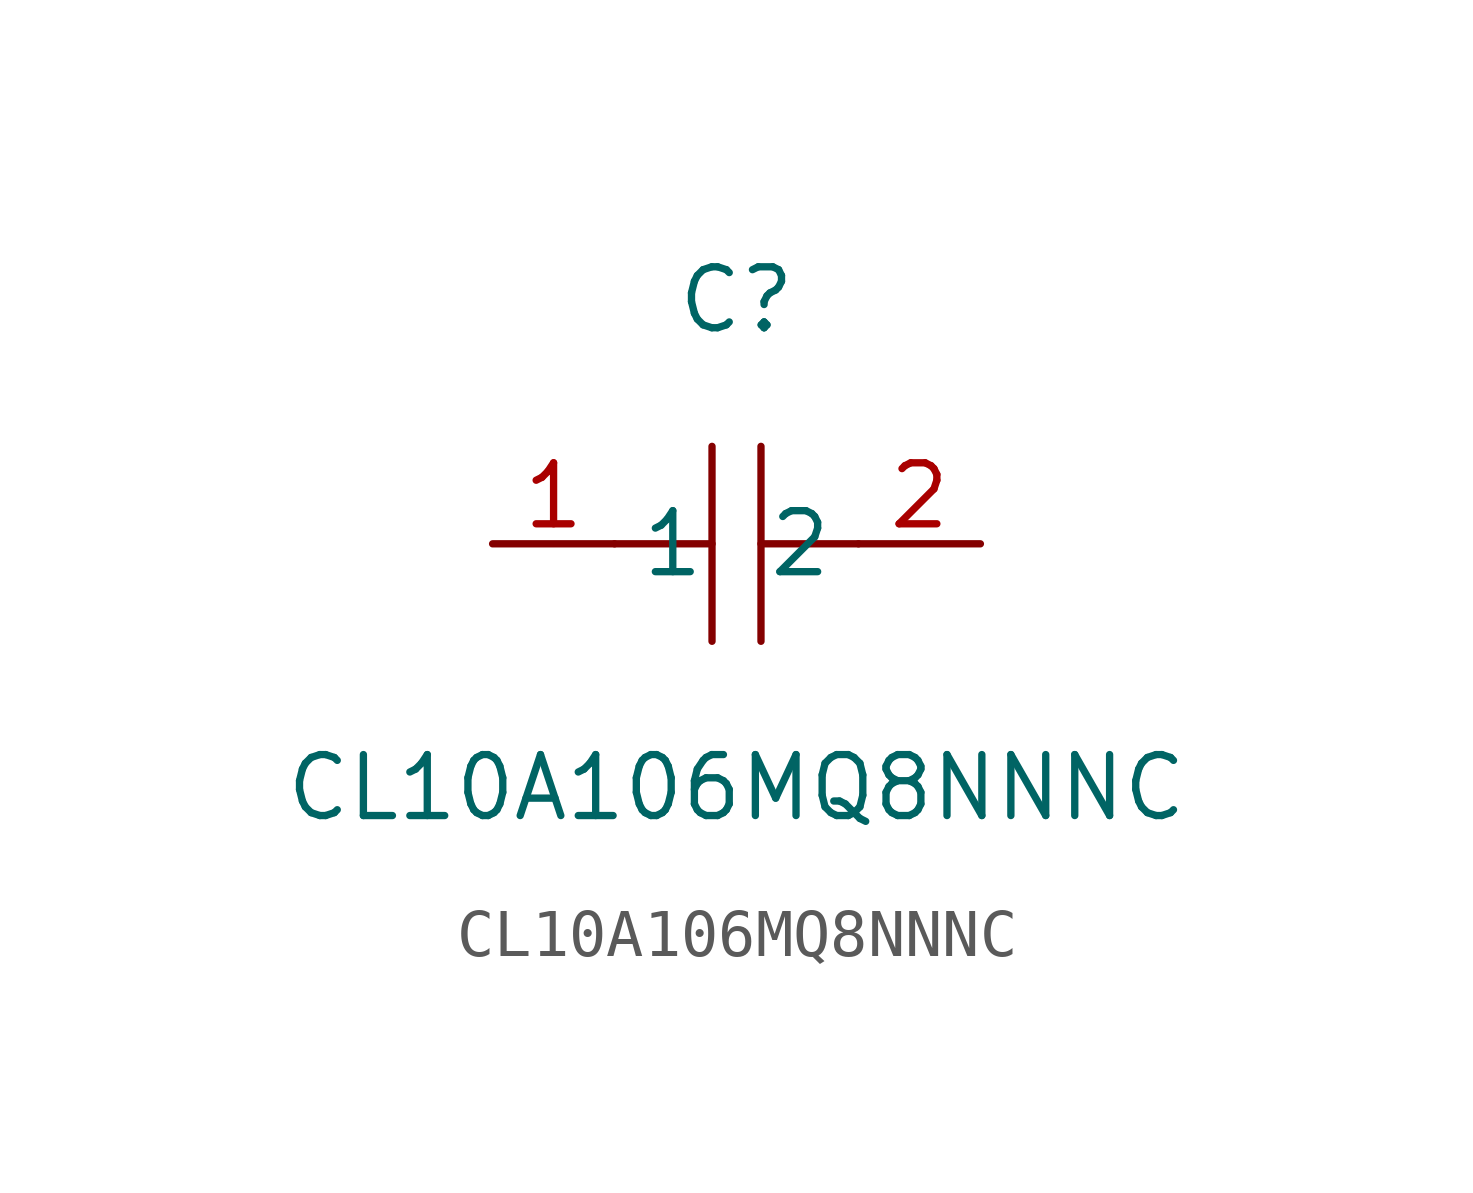
<source format=kicad_sym>
(kicad_symbol_lib
  (version 20211014)
  (generator https://github.com/uPesy/easyeda2kicad.py)
  (symbol "CL10A106MQ8NNNC"
    (property "Reference" "C"
      (at 0 5.08 0)
      (effects (font (size 1.27 1.27))))
    (property "Value" "CL10A106MQ8NNNC"
      (at 0 -5.08 0)
      (effects (font (size 1.27 1.27))))
    (symbol "CL10A106MQ8NNNC_0_1"
      (polyline (pts (xy -0.51 -2.03) (xy -0.51 2.03)) (stroke (width 0) (type default) (color 0 0 0 0)) (fill (type none)))
      (polyline (pts (xy 2.54 -0.00) (xy 0.51 -0.00)) (stroke (width 0) (type default) (color 0 0 0 0)) (fill (type none)))
      (polyline (pts (xy 0.51 2.03) (xy 0.51 -2.03)) (stroke (width 0) (type default) (color 0 0 0 0)) (fill (type none)))
      (polyline (pts (xy -0.51 -0.00) (xy -2.54 -0.00)) (stroke (width 0) (type default) (color 0 0 0 0)) (fill (type none)))
      (pin unspecified line (at -5.08 -0.00 0) (length 2.54) (name "1" (effects (font (size 1.27 1.27)))) (number "1" (effects (font (size 1.27 1.27)))))
      (pin unspecified line (at 5.08 -0.00 180) (length 2.54) (name "2" (effects (font (size 1.27 1.27)))) (number "2" (effects (font (size 1.27 1.27))))))))
</source>
